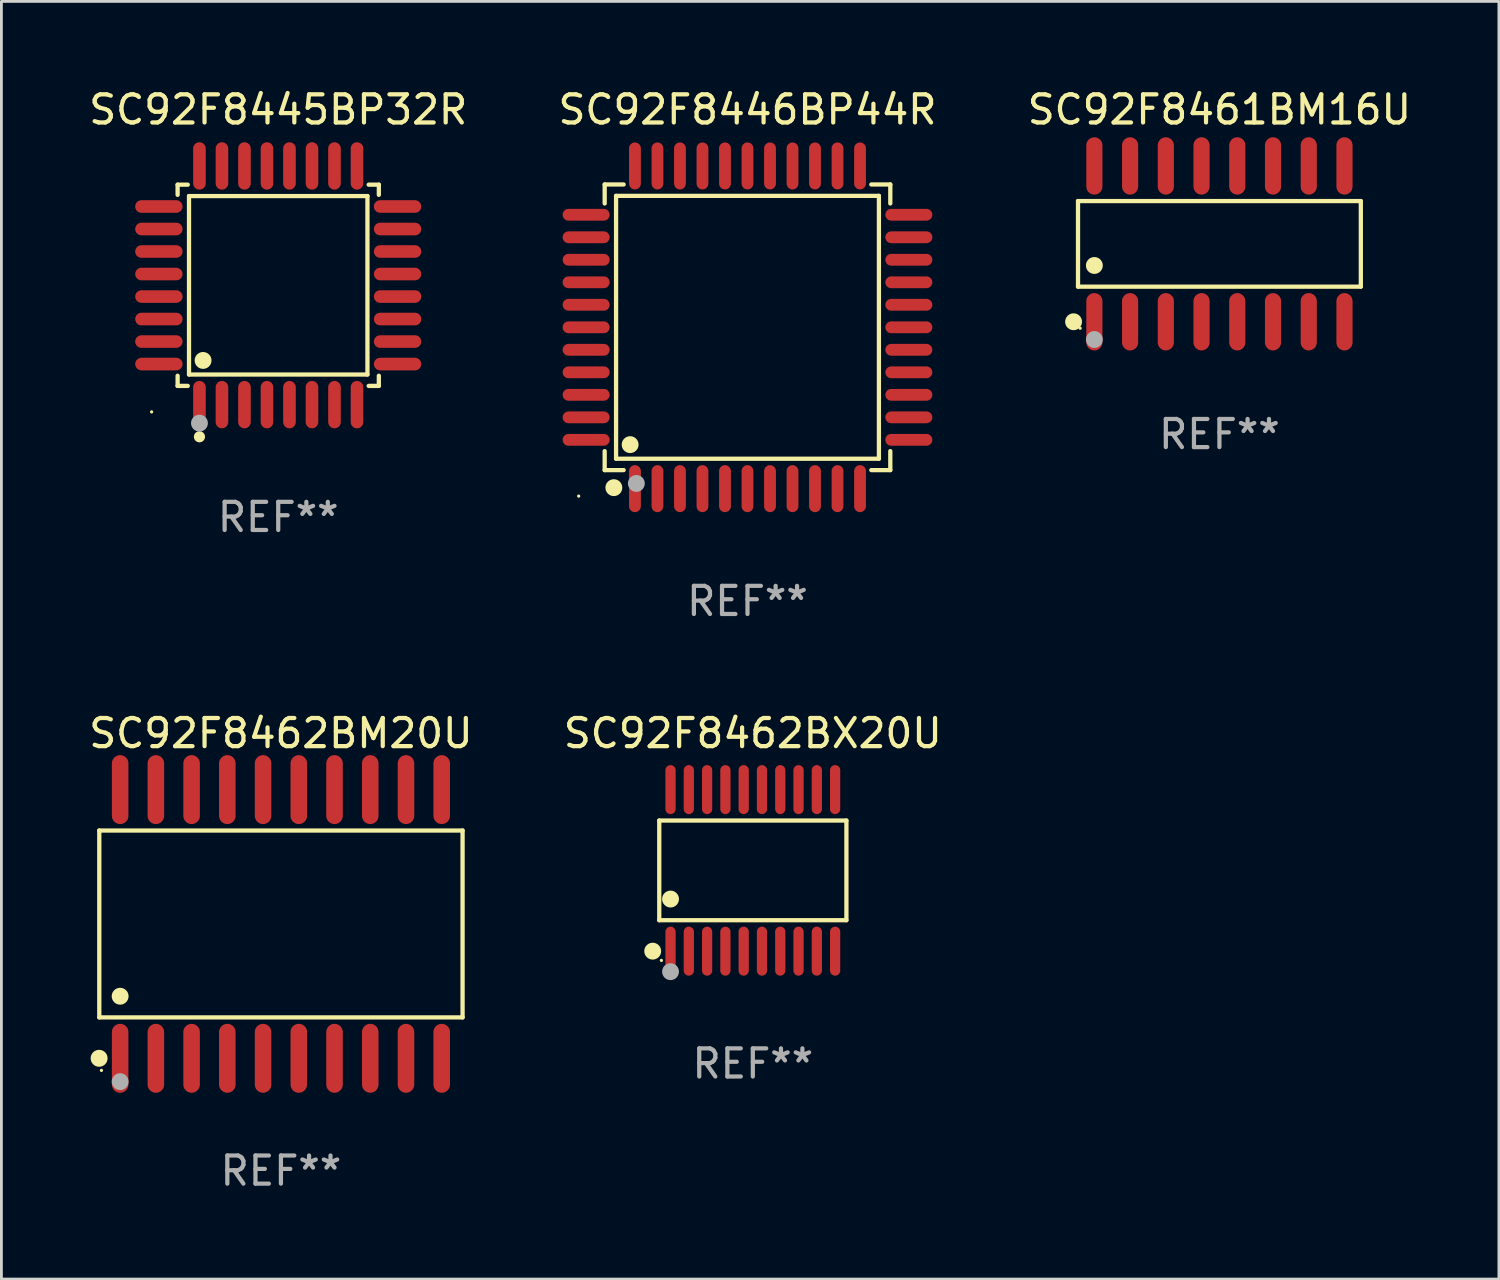
<source format=kicad_pcb>
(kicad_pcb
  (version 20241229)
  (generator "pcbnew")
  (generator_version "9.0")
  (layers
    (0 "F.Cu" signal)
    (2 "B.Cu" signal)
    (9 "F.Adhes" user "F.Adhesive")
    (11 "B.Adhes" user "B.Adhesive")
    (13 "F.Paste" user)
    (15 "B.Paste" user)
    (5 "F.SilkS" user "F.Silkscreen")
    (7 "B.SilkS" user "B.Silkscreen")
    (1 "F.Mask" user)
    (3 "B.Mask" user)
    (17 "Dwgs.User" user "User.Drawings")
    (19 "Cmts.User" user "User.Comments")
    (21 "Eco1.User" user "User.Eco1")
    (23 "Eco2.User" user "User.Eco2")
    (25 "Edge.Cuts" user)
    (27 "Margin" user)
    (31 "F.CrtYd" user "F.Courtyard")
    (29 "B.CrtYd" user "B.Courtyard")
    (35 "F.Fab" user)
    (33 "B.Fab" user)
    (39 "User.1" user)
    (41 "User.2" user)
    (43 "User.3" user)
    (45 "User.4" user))
  (footprint "SC92F8462BM20U"
    (layer "F.Cu")
    (at 6.935 29.79)
    (property "Reference" "SC92F8462BM20U" (at 0 -6.775 0) (layer "F.SilkS") (effects (font (size 1 1) (thickness 0.15))))
    (attr through_hole)
    (fp_line (start -6.456 -3.321) (end 6.456 -3.321) (stroke (width 0.152) (type solid)) (layer "F.SilkS"))
    (fp_line (start -6.456 3.321) (end -6.456 -3.321) (stroke (width 0.152) (type solid)) (layer "F.SilkS"))
    (fp_line (start 6.456 -3.321) (end 6.456 3.321) (stroke (width 0.152) (type solid)) (layer "F.SilkS"))
    (fp_line (start 6.456 3.321) (end -6.456 3.321) (stroke (width 0.152) (type solid)) (layer "F.SilkS"))
    (fp_circle (center -6.462 4.775) (end -6.311 4.775) (stroke (width 0.3) (type solid)) (fill no) (layer "F.SilkS"))
    (fp_circle (center -6.38 5.205) (end -6.35 5.205) (stroke (width 0.06) (type solid)) (fill no) (layer "F.SilkS"))
    (fp_circle (center -5.715 2.569) (end -5.565 2.569) (stroke (width 0.3) (type solid)) (fill no) (layer "F.SilkS"))
    (fp_circle (center -5.715 5.605) (end -5.565 5.605) (stroke (width 0.3) (type solid)) (fill no) (layer "F.Fab"))
    (fp_text user "REF**" (at 0 8.775 0) (layer "F.Fab") (effects (font (size 1 1) (thickness 0.15))))
    (pad "1" smd oval (at -5.715 4.775) (size 0.588 2.45) (layers "F.Cu" "F.Mask" "F.Paste"))
    (pad "2" smd oval (at -4.445 4.775) (size 0.588 2.45) (layers "F.Cu" "F.Mask" "F.Paste"))
    (pad "3" smd oval (at -3.175 4.775) (size 0.588 2.45) (layers "F.Cu" "F.Mask" "F.Paste"))
    (pad "4" smd oval (at -1.905 4.775) (size 0.588 2.45) (layers "F.Cu" "F.Mask" "F.Paste"))
    (pad "5" smd oval (at -0.635 4.775) (size 0.588 2.45) (layers "F.Cu" "F.Mask" "F.Paste"))
    (pad "6" smd oval (at 0.635 4.775) (size 0.588 2.45) (layers "F.Cu" "F.Mask" "F.Paste"))
    (pad "7" smd oval (at 1.905 4.775) (size 0.588 2.45) (layers "F.Cu" "F.Mask" "F.Paste"))
    (pad "8" smd oval (at 3.175 4.775) (size 0.588 2.45) (layers "F.Cu" "F.Mask" "F.Paste"))
    (pad "9" smd oval (at 4.445 4.775) (size 0.588 2.45) (layers "F.Cu" "F.Mask" "F.Paste"))
    (pad "10" smd oval (at 5.715 4.775) (size 0.588 2.45) (layers "F.Cu" "F.Mask" "F.Paste"))
    (pad "11" smd oval (at 5.715 -4.775) (size 0.588 2.45) (layers "F.Cu" "F.Mask" "F.Paste"))
    (pad "12" smd oval (at 4.445 -4.775) (size 0.588 2.45) (layers "F.Cu" "F.Mask" "F.Paste"))
    (pad "13" smd oval (at 3.175 -4.775) (size 0.588 2.45) (layers "F.Cu" "F.Mask" "F.Paste"))
    (pad "14" smd oval (at 1.905 -4.775) (size 0.588 2.45) (layers "F.Cu" "F.Mask" "F.Paste"))
    (pad "15" smd oval (at 0.635 -4.775) (size 0.588 2.45) (layers "F.Cu" "F.Mask" "F.Paste"))
    (pad "16" smd oval (at -0.635 -4.775) (size 0.588 2.45) (layers "F.Cu" "F.Mask" "F.Paste"))
    (pad "17" smd oval (at -1.905 -4.775) (size 0.588 2.45) (layers "F.Cu" "F.Mask" "F.Paste"))
    (pad "18" smd oval (at -3.175 -4.775) (size 0.588 2.45) (layers "F.Cu" "F.Mask" "F.Paste"))
    (pad "19" smd oval (at -4.445 -4.775) (size 0.588 2.45) (layers "F.Cu" "F.Mask" "F.Paste"))
    (pad "20" smd oval (at -5.715 -4.775) (size 0.588 2.45) (layers "F.Cu" "F.Mask" "F.Paste")))
  (footprint "SC92F8461BM16U"
    (layer "F.Cu")
    (at 40.292 5.617)
    (property "Reference" "SC92F8461BM16U" (at 0 -4.769 0) (layer "F.SilkS") (effects (font (size 1 1) (thickness 0.15))))
    (attr through_hole)
    (fp_line (start -5.026 -1.521) (end 5.026 -1.521) (stroke (width 0.152) (type solid)) (layer "F.SilkS"))
    (fp_line (start -5.026 1.521) (end -5.026 -1.521) (stroke (width 0.152) (type solid)) (layer "F.SilkS"))
    (fp_line (start 5.026 -1.521) (end 5.026 1.521) (stroke (width 0.152) (type solid)) (layer "F.SilkS"))
    (fp_line (start 5.026 1.521) (end -5.026 1.521) (stroke (width 0.152) (type solid)) (layer "F.SilkS"))
    (fp_circle (center -5.184 2.769) (end -5.034 2.769) (stroke (width 0.3) (type solid)) (fill no) (layer "F.SilkS"))
    (fp_circle (center -4.95 3) (end -4.92 3) (stroke (width 0.06) (type solid)) (fill no) (layer "F.SilkS"))
    (fp_circle (center -4.445 0.769) (end -4.295 0.769) (stroke (width 0.3) (type solid)) (fill no) (layer "F.SilkS"))
    (fp_circle (center -4.445 3.4) (end -4.295 3.4) (stroke (width 0.3) (type solid)) (fill no) (layer "F.Fab"))
    (fp_text user "REF**" (at 0 6.769 0) (layer "F.Fab") (effects (font (size 1 1) (thickness 0.15))))
    (pad "1" smd oval (at -4.445 2.769) (size 0.574 2.038) (layers "F.Cu" "F.Mask" "F.Paste"))
    (pad "2" smd oval (at -3.175 2.769) (size 0.574 2.038) (layers "F.Cu" "F.Mask" "F.Paste"))
    (pad "3" smd oval (at -1.905 2.769) (size 0.574 2.038) (layers "F.Cu" "F.Mask" "F.Paste"))
    (pad "4" smd oval (at -0.635 2.769) (size 0.574 2.038) (layers "F.Cu" "F.Mask" "F.Paste"))
    (pad "5" smd oval (at 0.635 2.769) (size 0.574 2.038) (layers "F.Cu" "F.Mask" "F.Paste"))
    (pad "6" smd oval (at 1.905 2.769) (size 0.574 2.038) (layers "F.Cu" "F.Mask" "F.Paste"))
    (pad "7" smd oval (at 3.175 2.769) (size 0.574 2.038) (layers "F.Cu" "F.Mask" "F.Paste"))
    (pad "8" smd oval (at 4.445 2.769) (size 0.574 2.038) (layers "F.Cu" "F.Mask" "F.Paste"))
    (pad "9" smd oval (at 4.445 -2.769) (size 0.574 2.038) (layers "F.Cu" "F.Mask" "F.Paste"))
    (pad "10" smd oval (at 3.175 -2.769) (size 0.574 2.038) (layers "F.Cu" "F.Mask" "F.Paste"))
    (pad "11" smd oval (at 1.905 -2.769) (size 0.574 2.038) (layers "F.Cu" "F.Mask" "F.Paste"))
    (pad "12" smd oval (at 0.635 -2.769) (size 0.574 2.038) (layers "F.Cu" "F.Mask" "F.Paste"))
    (pad "13" smd oval (at -0.635 -2.769) (size 0.574 2.038) (layers "F.Cu" "F.Mask" "F.Paste"))
    (pad "14" smd oval (at -1.905 -2.769) (size 0.574 2.038) (layers "F.Cu" "F.Mask" "F.Paste"))
    (pad "15" smd oval (at -3.175 -2.769) (size 0.574 2.038) (layers "F.Cu" "F.Mask" "F.Paste"))
    (pad "16" smd oval (at -4.445 -2.769) (size 0.574 2.038) (layers "F.Cu" "F.Mask" "F.Paste")))
  (footprint "SC92F8445BP32R"
    (layer "F.Cu")
    (at 6.839 7.09)
    (property "Reference" "SC92F8445BP32R" (at 0 -6.242 0) (layer "F.SilkS") (effects (font (size 1 1) (thickness 0.15))))
    (attr through_hole)
    (fp_line (start -3.576 -3.576) (end -3.215 -3.576) (stroke (width 0.152) (type solid)) (layer "F.SilkS"))
    (fp_line (start -3.576 -3.215) (end -3.576 -3.576) (stroke (width 0.152) (type solid)) (layer "F.SilkS"))
    (fp_line (start -3.576 3.215) (end -3.576 3.576) (stroke (width 0.152) (type solid)) (layer "F.SilkS"))
    (fp_line (start -3.576 3.576) (end -3.215 3.576) (stroke (width 0.152) (type solid)) (layer "F.SilkS"))
    (fp_line (start -3.171 -3.171) (end 3.171 -3.171) (stroke (width 0.152) (type solid)) (layer "F.SilkS"))
    (fp_line (start -3.171 3.171) (end -3.171 -3.171) (stroke (width 0.152) (type solid)) (layer "F.SilkS"))
    (fp_line (start 3.171 -3.171) (end 3.171 3.171) (stroke (width 0.152) (type solid)) (layer "F.SilkS"))
    (fp_line (start 3.171 3.171) (end -3.171 3.171) (stroke (width 0.152) (type solid)) (layer "F.SilkS"))
    (fp_line (start 3.576 -3.576) (end 3.215 -3.576) (stroke (width 0.152) (type solid)) (layer "F.SilkS"))
    (fp_line (start 3.576 -3.215) (end 3.576 -3.576) (stroke (width 0.152) (type solid)) (layer "F.SilkS"))
    (fp_line (start 3.576 3.215) (end 3.576 3.576) (stroke (width 0.152) (type solid)) (layer "F.SilkS"))
    (fp_line (start 3.576 3.576) (end 3.215 3.576) (stroke (width 0.152) (type solid)) (layer "F.SilkS"))
    (fp_circle (center -4.5 4.5) (end -4.47 4.5) (stroke (width 0.06) (type solid)) (fill no) (layer "F.SilkS"))
    (fp_circle (center -2.8 5.384) (end -2.7 5.384) (stroke (width 0.2) (type solid)) (fill no) (layer "F.SilkS"))
    (fp_circle (center -2.671 2.671) (end -2.521 2.671) (stroke (width 0.3) (type solid)) (fill no) (layer "F.SilkS"))
    (fp_circle (center -2.8 4.9) (end -2.65 4.9) (stroke (width 0.3) (type solid)) (fill no) (layer "F.Fab"))
    (fp_text user "REF**" (at 0 8.242 0) (layer "F.Fab") (effects (font (size 1 1) (thickness 0.15))))
    (pad "1" smd oval (at -2.8 4.242) (size 0.448 1.684) (layers "F.Cu" "F.Mask" "F.Paste"))
    (pad "2" smd oval (at -2 4.242) (size 0.448 1.684) (layers "F.Cu" "F.Mask" "F.Paste"))
    (pad "3" smd oval (at -1.2 4.242) (size 0.448 1.684) (layers "F.Cu" "F.Mask" "F.Paste"))
    (pad "4" smd oval (at -0.4 4.242) (size 0.448 1.684) (layers "F.Cu" "F.Mask" "F.Paste"))
    (pad "5" smd oval (at 0.4 4.242) (size 0.448 1.684) (layers "F.Cu" "F.Mask" "F.Paste"))
    (pad "6" smd oval (at 1.2 4.242) (size 0.448 1.684) (layers "F.Cu" "F.Mask" "F.Paste"))
    (pad "7" smd oval (at 2 4.242) (size 0.448 1.684) (layers "F.Cu" "F.Mask" "F.Paste"))
    (pad "8" smd oval (at 2.8 4.242) (size 0.448 1.684) (layers "F.Cu" "F.Mask" "F.Paste"))
    (pad "9" smd oval (at 4.242 2.8) (size 1.684 0.448) (layers "F.Cu" "F.Mask" "F.Paste"))
    (pad "10" smd oval (at 4.242 2) (size 1.684 0.448) (layers "F.Cu" "F.Mask" "F.Paste"))
    (pad "11" smd oval (at 4.242 1.2) (size 1.684 0.448) (layers "F.Cu" "F.Mask" "F.Paste"))
    (pad "12" smd oval (at 4.242 0.4) (size 1.684 0.448) (layers "F.Cu" "F.Mask" "F.Paste"))
    (pad "13" smd oval (at 4.242 -0.4) (size 1.684 0.448) (layers "F.Cu" "F.Mask" "F.Paste"))
    (pad "14" smd oval (at 4.242 -1.2) (size 1.684 0.448) (layers "F.Cu" "F.Mask" "F.Paste"))
    (pad "15" smd oval (at 4.242 -2) (size 1.684 0.448) (layers "F.Cu" "F.Mask" "F.Paste"))
    (pad "16" smd oval (at 4.242 -2.8) (size 1.684 0.448) (layers "F.Cu" "F.Mask" "F.Paste"))
    (pad "17" smd oval (at 2.8 -4.242) (size 0.448 1.684) (layers "F.Cu" "F.Mask" "F.Paste"))
    (pad "18" smd oval (at 2 -4.242) (size 0.448 1.684) (layers "F.Cu" "F.Mask" "F.Paste"))
    (pad "19" smd oval (at 1.2 -4.242) (size 0.448 1.684) (layers "F.Cu" "F.Mask" "F.Paste"))
    (pad "20" smd oval (at 0.4 -4.242) (size 0.448 1.684) (layers "F.Cu" "F.Mask" "F.Paste"))
    (pad "21" smd oval (at -0.4 -4.242) (size 0.448 1.684) (layers "F.Cu" "F.Mask" "F.Paste"))
    (pad "22" smd oval (at -1.2 -4.242) (size 0.448 1.684) (layers "F.Cu" "F.Mask" "F.Paste"))
    (pad "23" smd oval (at -2 -4.242) (size 0.448 1.684) (layers "F.Cu" "F.Mask" "F.Paste"))
    (pad "24" smd oval (at -2.8 -4.242) (size 0.448 1.684) (layers "F.Cu" "F.Mask" "F.Paste"))
    (pad "25" smd oval (at -4.242 -2.8) (size 1.684 0.448) (layers "F.Cu" "F.Mask" "F.Paste"))
    (pad "26" smd oval (at -4.242 -2) (size 1.684 0.448) (layers "F.Cu" "F.Mask" "F.Paste"))
    (pad "27" smd oval (at -4.242 -1.2) (size 1.684 0.448) (layers "F.Cu" "F.Mask" "F.Paste"))
    (pad "28" smd oval (at -4.242 -0.4) (size 1.684 0.448) (layers "F.Cu" "F.Mask" "F.Paste"))
    (pad "29" smd oval (at -4.242 0.4) (size 1.684 0.448) (layers "F.Cu" "F.Mask" "F.Paste"))
    (pad "30" smd oval (at -4.242 1.2) (size 1.684 0.448) (layers "F.Cu" "F.Mask" "F.Paste"))
    (pad "31" smd oval (at -4.242 2) (size 1.684 0.448) (layers "F.Cu" "F.Mask" "F.Paste"))
    (pad "32" smd oval (at -4.242 2.8) (size 1.684 0.448) (layers "F.Cu" "F.Mask" "F.Paste")))
  (footprint "SC92F8462BX20U"
    (layer "F.Cu")
    (at 23.708 27.886)
    (property "Reference" "SC92F8462BX20U" (at 0 -4.871 0) (layer "F.SilkS") (effects (font (size 1 1) (thickness 0.15))))
    (attr through_hole)
    (fp_line (start -3.326 -1.771) (end 3.326 -1.771) (stroke (width 0.152) (type solid)) (layer "F.SilkS"))
    (fp_line (start -3.326 1.771) (end -3.326 -1.771) (stroke (width 0.152) (type solid)) (layer "F.SilkS"))
    (fp_line (start 3.326 -1.771) (end 3.326 1.771) (stroke (width 0.152) (type solid)) (layer "F.SilkS"))
    (fp_line (start 3.326 1.771) (end -3.326 1.771) (stroke (width 0.152) (type solid)) (layer "F.SilkS"))
    (fp_circle (center -3.559 2.871) (end -3.409 2.871) (stroke (width 0.3) (type solid)) (fill no) (layer "F.SilkS"))
    (fp_circle (center -3.25 3.2) (end -3.22 3.2) (stroke (width 0.06) (type solid)) (fill no) (layer "F.SilkS"))
    (fp_circle (center -2.925 1.019) (end -2.775 1.019) (stroke (width 0.3) (type solid)) (fill no) (layer "F.SilkS"))
    (fp_circle (center -2.925 3.6) (end -2.775 3.6) (stroke (width 0.3) (type solid)) (fill no) (layer "F.Fab"))
    (fp_text user "REF**" (at 0 6.871 0) (layer "F.Fab") (effects (font (size 1 1) (thickness 0.15))))
    (pad "1" smd oval (at -2.925 2.871) (size 0.364 1.742) (layers "F.Cu" "F.Mask" "F.Paste"))
    (pad "2" smd oval (at -2.275 2.871) (size 0.364 1.742) (layers "F.Cu" "F.Mask" "F.Paste"))
    (pad "3" smd oval (at -1.625 2.871) (size 0.364 1.742) (layers "F.Cu" "F.Mask" "F.Paste"))
    (pad "4" smd oval (at -0.975 2.871) (size 0.364 1.742) (layers "F.Cu" "F.Mask" "F.Paste"))
    (pad "5" smd oval (at -0.325 2.871) (size 0.364 1.742) (layers "F.Cu" "F.Mask" "F.Paste"))
    (pad "6" smd oval (at 0.325 2.871) (size 0.364 1.742) (layers "F.Cu" "F.Mask" "F.Paste"))
    (pad "7" smd oval (at 0.975 2.871) (size 0.364 1.742) (layers "F.Cu" "F.Mask" "F.Paste"))
    (pad "8" smd oval (at 1.625 2.871) (size 0.364 1.742) (layers "F.Cu" "F.Mask" "F.Paste"))
    (pad "9" smd oval (at 2.275 2.871) (size 0.364 1.742) (layers "F.Cu" "F.Mask" "F.Paste"))
    (pad "10" smd oval (at 2.925 2.871) (size 0.364 1.742) (layers "F.Cu" "F.Mask" "F.Paste"))
    (pad "11" smd oval (at 2.925 -2.871) (size 0.364 1.742) (layers "F.Cu" "F.Mask" "F.Paste"))
    (pad "12" smd oval (at 2.275 -2.871) (size 0.364 1.742) (layers "F.Cu" "F.Mask" "F.Paste"))
    (pad "13" smd oval (at 1.625 -2.871) (size 0.364 1.742) (layers "F.Cu" "F.Mask" "F.Paste"))
    (pad "14" smd oval (at 0.975 -2.871) (size 0.364 1.742) (layers "F.Cu" "F.Mask" "F.Paste"))
    (pad "15" smd oval (at 0.325 -2.871) (size 0.364 1.742) (layers "F.Cu" "F.Mask" "F.Paste"))
    (pad "16" smd oval (at -0.325 -2.871) (size 0.364 1.742) (layers "F.Cu" "F.Mask" "F.Paste"))
    (pad "17" smd oval (at -0.975 -2.871) (size 0.364 1.742) (layers "F.Cu" "F.Mask" "F.Paste"))
    (pad "18" smd oval (at -1.625 -2.871) (size 0.364 1.742) (layers "F.Cu" "F.Mask" "F.Paste"))
    (pad "19" smd oval (at -2.275 -2.871) (size 0.364 1.742) (layers "F.Cu" "F.Mask" "F.Paste"))
    (pad "20" smd oval (at -2.925 -2.871) (size 0.364 1.742) (layers "F.Cu" "F.Mask" "F.Paste")))
  (footprint "SC92F8446BP44R"
    (layer "F.Cu")
    (at 23.518 8.583)
    (property "Reference" "SC92F8446BP44R" (at 0 -7.735 0) (layer "F.SilkS") (effects (font (size 1 1) (thickness 0.15))))
    (attr through_hole)
    (fp_line (start -5.076 -5.076) (end -4.401 -5.076) (stroke (width 0.152) (type solid)) (layer "F.SilkS"))
    (fp_line (start -5.076 -4.401) (end -5.076 -5.076) (stroke (width 0.152) (type solid)) (layer "F.SilkS"))
    (fp_line (start -5.076 4.401) (end -5.076 5.076) (stroke (width 0.152) (type solid)) (layer "F.SilkS"))
    (fp_line (start -5.076 5.076) (end -4.401 5.076) (stroke (width 0.152) (type solid)) (layer "F.SilkS"))
    (fp_line (start -4.671 -4.671) (end 4.671 -4.671) (stroke (width 0.152) (type solid)) (layer "F.SilkS"))
    (fp_line (start -4.671 4.671) (end -4.671 -4.671) (stroke (width 0.152) (type solid)) (layer "F.SilkS"))
    (fp_line (start 4.671 -4.671) (end 4.671 4.671) (stroke (width 0.152) (type solid)) (layer "F.SilkS"))
    (fp_line (start 4.671 4.671) (end -4.671 4.671) (stroke (width 0.152) (type solid)) (layer "F.SilkS"))
    (fp_line (start 5.076 -5.076) (end 4.401 -5.076) (stroke (width 0.152) (type solid)) (layer "F.SilkS"))
    (fp_line (start 5.076 -4.401) (end 5.076 -5.076) (stroke (width 0.152) (type solid)) (layer "F.SilkS"))
    (fp_line (start 5.076 4.401) (end 5.076 5.076) (stroke (width 0.152) (type solid)) (layer "F.SilkS"))
    (fp_line (start 5.076 5.076) (end 4.401 5.076) (stroke (width 0.152) (type solid)) (layer "F.SilkS"))
    (fp_circle (center -6 6) (end -5.97 6) (stroke (width 0.06) (type solid)) (fill no) (layer "F.SilkS"))
    (fp_circle (center -4.75 5.7) (end -4.6 5.7) (stroke (width 0.3) (type solid)) (fill no) (layer "F.SilkS"))
    (fp_circle (center -4.171 4.171) (end -4.021 4.171) (stroke (width 0.3) (type solid)) (fill no) (layer "F.SilkS"))
    (fp_circle (center -3.95 5.55) (end -3.8 5.55) (stroke (width 0.3) (type solid)) (fill no) (layer "F.Fab"))
    (fp_text user "REF**" (at 0 9.735 0) (layer "F.Fab") (effects (font (size 1 1) (thickness 0.15))))
    (pad "1" smd oval (at -4 5.735) (size 0.42 1.67) (layers "F.Cu" "F.Mask" "F.Paste"))
    (pad "2" smd oval (at -3.2 5.735) (size 0.42 1.67) (layers "F.Cu" "F.Mask" "F.Paste"))
    (pad "3" smd oval (at -2.4 5.735) (size 0.42 1.67) (layers "F.Cu" "F.Mask" "F.Paste"))
    (pad "4" smd oval (at -1.6 5.735) (size 0.42 1.67) (layers "F.Cu" "F.Mask" "F.Paste"))
    (pad "5" smd oval (at -0.8 5.735) (size 0.42 1.67) (layers "F.Cu" "F.Mask" "F.Paste"))
    (pad "6" smd oval (at 0 5.735) (size 0.42 1.67) (layers "F.Cu" "F.Mask" "F.Paste"))
    (pad "7" smd oval (at 0.8 5.735) (size 0.42 1.67) (layers "F.Cu" "F.Mask" "F.Paste"))
    (pad "8" smd oval (at 1.6 5.735) (size 0.42 1.67) (layers "F.Cu" "F.Mask" "F.Paste"))
    (pad "9" smd oval (at 2.4 5.735) (size 0.42 1.67) (layers "F.Cu" "F.Mask" "F.Paste"))
    (pad "10" smd oval (at 3.2 5.735) (size 0.42 1.67) (layers "F.Cu" "F.Mask" "F.Paste"))
    (pad "11" smd oval (at 4 5.735) (size 0.42 1.67) (layers "F.Cu" "F.Mask" "F.Paste"))
    (pad "12" smd oval (at 5.735 4) (size 1.67 0.42) (layers "F.Cu" "F.Mask" "F.Paste"))
    (pad "13" smd oval (at 5.735 3.2) (size 1.67 0.42) (layers "F.Cu" "F.Mask" "F.Paste"))
    (pad "14" smd oval (at 5.735 2.4) (size 1.67 0.42) (layers "F.Cu" "F.Mask" "F.Paste"))
    (pad "15" smd oval (at 5.735 1.6) (size 1.67 0.42) (layers "F.Cu" "F.Mask" "F.Paste"))
    (pad "16" smd oval (at 5.735 0.8) (size 1.67 0.42) (layers "F.Cu" "F.Mask" "F.Paste"))
    (pad "17" smd oval (at 5.735 0) (size 1.67 0.42) (layers "F.Cu" "F.Mask" "F.Paste"))
    (pad "18" smd oval (at 5.735 -0.8) (size 1.67 0.42) (layers "F.Cu" "F.Mask" "F.Paste"))
    (pad "19" smd oval (at 5.735 -1.6) (size 1.67 0.42) (layers "F.Cu" "F.Mask" "F.Paste"))
    (pad "20" smd oval (at 5.735 -2.4) (size 1.67 0.42) (layers "F.Cu" "F.Mask" "F.Paste"))
    (pad "21" smd oval (at 5.735 -3.2) (size 1.67 0.42) (layers "F.Cu" "F.Mask" "F.Paste"))
    (pad "22" smd oval (at 5.735 -4) (size 1.67 0.42) (layers "F.Cu" "F.Mask" "F.Paste"))
    (pad "23" smd oval (at 4 -5.735) (size 0.42 1.67) (layers "F.Cu" "F.Mask" "F.Paste"))
    (pad "24" smd oval (at 3.2 -5.735) (size 0.42 1.67) (layers "F.Cu" "F.Mask" "F.Paste"))
    (pad "25" smd oval (at 2.4 -5.735) (size 0.42 1.67) (layers "F.Cu" "F.Mask" "F.Paste"))
    (pad "26" smd oval (at 1.6 -5.735) (size 0.42 1.67) (layers "F.Cu" "F.Mask" "F.Paste"))
    (pad "27" smd oval (at 0.8 -5.735) (size 0.42 1.67) (layers "F.Cu" "F.Mask" "F.Paste"))
    (pad "28" smd oval (at 0 -5.735) (size 0.42 1.67) (layers "F.Cu" "F.Mask" "F.Paste"))
    (pad "29" smd oval (at -0.8 -5.735) (size 0.42 1.67) (layers "F.Cu" "F.Mask" "F.Paste"))
    (pad "30" smd oval (at -1.6 -5.735) (size 0.42 1.67) (layers "F.Cu" "F.Mask" "F.Paste"))
    (pad "31" smd oval (at -2.4 -5.735) (size 0.42 1.67) (layers "F.Cu" "F.Mask" "F.Paste"))
    (pad "32" smd oval (at -3.2 -5.735) (size 0.42 1.67) (layers "F.Cu" "F.Mask" "F.Paste"))
    (pad "33" smd oval (at -4 -5.735) (size 0.42 1.67) (layers "F.Cu" "F.Mask" "F.Paste"))
    (pad "34" smd oval (at -5.735 -4) (size 1.67 0.42) (layers "F.Cu" "F.Mask" "F.Paste"))
    (pad "35" smd oval (at -5.735 -3.2) (size 1.67 0.42) (layers "F.Cu" "F.Mask" "F.Paste"))
    (pad "36" smd oval (at -5.735 -2.4) (size 1.67 0.42) (layers "F.Cu" "F.Mask" "F.Paste"))
    (pad "37" smd oval (at -5.735 -1.6) (size 1.67 0.42) (layers "F.Cu" "F.Mask" "F.Paste"))
    (pad "38" smd oval (at -5.735 -0.8) (size 1.67 0.42) (layers "F.Cu" "F.Mask" "F.Paste"))
    (pad "39" smd oval (at -5.735 0) (size 1.67 0.42) (layers "F.Cu" "F.Mask" "F.Paste"))
    (pad "40" smd oval (at -5.735 0.8) (size 1.67 0.42) (layers "F.Cu" "F.Mask" "F.Paste"))
    (pad "41" smd oval (at -5.735 1.6) (size 1.67 0.42) (layers "F.Cu" "F.Mask" "F.Paste"))
    (pad "42" smd oval (at -5.735 2.4) (size 1.67 0.42) (layers "F.Cu" "F.Mask" "F.Paste"))
    (pad "43" smd oval (at -5.735 3.2) (size 1.67 0.42) (layers "F.Cu" "F.Mask" "F.Paste"))
    (pad "44" smd oval (at -5.735 4) (size 1.67 0.42) (layers "F.Cu" "F.Mask" "F.Paste")))
  (gr_rect
    (start -3 -3)
    (end 50.226 42.413)
    (stroke (width 0.1) (type default))
    (fill no)
    (layer "Edge.Cuts")))
</source>
